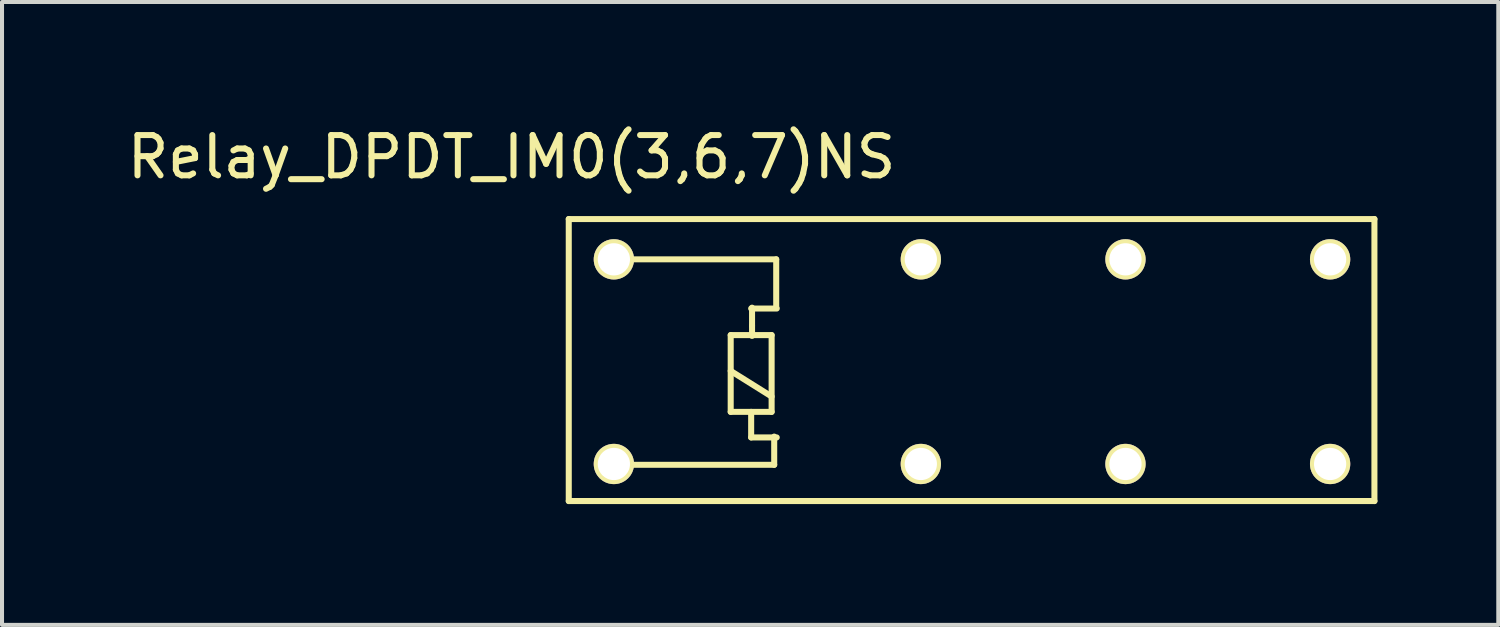
<source format=kicad_pcb>
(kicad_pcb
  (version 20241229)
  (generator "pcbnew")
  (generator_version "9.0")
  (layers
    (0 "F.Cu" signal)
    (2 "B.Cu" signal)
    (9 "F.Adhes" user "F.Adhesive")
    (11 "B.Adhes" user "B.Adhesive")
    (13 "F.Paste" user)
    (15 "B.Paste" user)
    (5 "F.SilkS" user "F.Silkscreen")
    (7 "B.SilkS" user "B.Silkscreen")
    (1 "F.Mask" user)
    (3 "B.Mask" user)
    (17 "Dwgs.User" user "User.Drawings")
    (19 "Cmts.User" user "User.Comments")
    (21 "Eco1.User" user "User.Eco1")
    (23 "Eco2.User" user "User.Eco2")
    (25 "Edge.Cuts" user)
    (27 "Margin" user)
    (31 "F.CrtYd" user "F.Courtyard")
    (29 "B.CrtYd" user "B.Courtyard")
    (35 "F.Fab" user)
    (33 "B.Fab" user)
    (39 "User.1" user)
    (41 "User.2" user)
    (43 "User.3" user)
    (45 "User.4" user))
  (footprint "Relay_DPDT_IM0(3,6,7)NS"
    (layer "F.Cu")
    (at 4.569 3.388)
    (property "Reference" "Relay_DPDT_IM0(3,6,7)NS" (at 5.08 -2.54 0) (layer "F.SilkS") (effects (font (size 1 1) (thickness 0.15))))
    (attr through_hole)
    (fp_line (start 6.5 -1) (end 6.5 6) (stroke (width 0.15) (type solid)) (layer "F.SilkS"))
    (fp_line (start 6.5 6) (end 26.5 6) (stroke (width 0.15) (type solid)) (layer "F.SilkS"))
    (fp_line (start 10.52 1.881) (end 10.52 3.786) (stroke (width 0.15) (type solid)) (layer "F.SilkS"))
    (fp_line (start 11.028 4.421) (end 11.028 3.786) (stroke (width 0.15) (type solid)) (layer "F.SilkS"))
    (fp_line (start 11.05 1.2) (end 11.05 1.65) (stroke (width 0.15) (type solid)) (layer "F.SilkS"))
    (fp_line (start 11.05 1.9) (end 11.05 1.65) (stroke (width 0.15) (type solid)) (layer "F.SilkS"))
    (fp_line (start 11.536 1.881) (end 10.52 1.881) (stroke (width 0.15) (type solid)) (layer "F.SilkS"))
    (fp_line (start 11.536 3.405) (end 10.52 2.77) (stroke (width 0.15) (type solid)) (layer "F.SilkS"))
    (fp_line (start 11.536 3.786) (end 10.52 3.786) (stroke (width 0.15) (type solid)) (layer "F.SilkS"))
    (fp_line (start 11.536 3.786) (end 11.536 1.881) (stroke (width 0.15) (type solid)) (layer "F.SilkS"))
    (fp_line (start 11.6 4.4) (end 11.6 5.1) (stroke (width 0.15) (type solid)) (layer "F.SilkS"))
    (fp_line (start 11.6 5.1) (end 7.65 5.1) (stroke (width 0.15) (type solid)) (layer "F.SilkS"))
    (fp_line (start 11.65 0) (end 7.65 0) (stroke (width 0.15) (type solid)) (layer "F.SilkS"))
    (fp_line (start 11.65 1.2) (end 11.65 0) (stroke (width 0.15) (type solid)) (layer "F.SilkS"))
    (fp_line (start 11.663 1.221) (end 11.028 1.221) (stroke (width 0.15) (type solid)) (layer "F.SilkS"))
    (fp_line (start 11.663 4.421) (end 11.028 4.421) (stroke (width 0.15) (type solid)) (layer "F.SilkS"))
    (fp_line (start 26.5 -1) (end 6.5 -1) (stroke (width 0.15) (type solid)) (layer "F.SilkS"))
    (fp_line (start 26.5 6) (end 26.5 -1) (stroke (width 0.15) (type solid)) (layer "F.SilkS"))
    (pad "8" thru_hole circle (at 7.62 0 270) (size 1 1) (drill 0.8) (layers "*.Cu" "*.Mask" "F.SilkS"))
    (pad "8" thru_hole circle (at 7.62 5.08 270) (size 1 1) (drill 0.8) (layers "*.Cu" "*.Mask" "F.SilkS"))
    (pad "8" thru_hole circle (at 15.24 0 270) (size 1 1) (drill 0.8) (layers "*.Cu" "*.Mask" "F.SilkS"))
    (pad "8" thru_hole circle (at 15.24 5.08 270) (size 1 1) (drill 0.8) (layers "*.Cu" "*.Mask" "F.SilkS"))
    (pad "8" thru_hole circle (at 20.32 0 270) (size 1 1) (drill 0.8) (layers "*.Cu" "*.Mask" "F.SilkS"))
    (pad "8" thru_hole circle (at 20.32 5.08 270) (size 1 1) (drill 0.8) (layers "*.Cu" "*.Mask" "F.SilkS"))
    (pad "8" thru_hole circle (at 25.4 0 270) (size 1 1) (drill 0.8) (layers "*.Cu" "*.Mask" "F.SilkS"))
    (pad "8" thru_hole circle (at 25.4 5.08 270) (size 1 1) (drill 0.8) (layers "*.Cu" "*.Mask" "F.SilkS")))
  (gr_rect
    (start -3 -3)
    (end 34.144 12.463)
    (stroke (width 0.1) (type default))
    (fill no)
    (layer "Edge.Cuts")))
</source>
